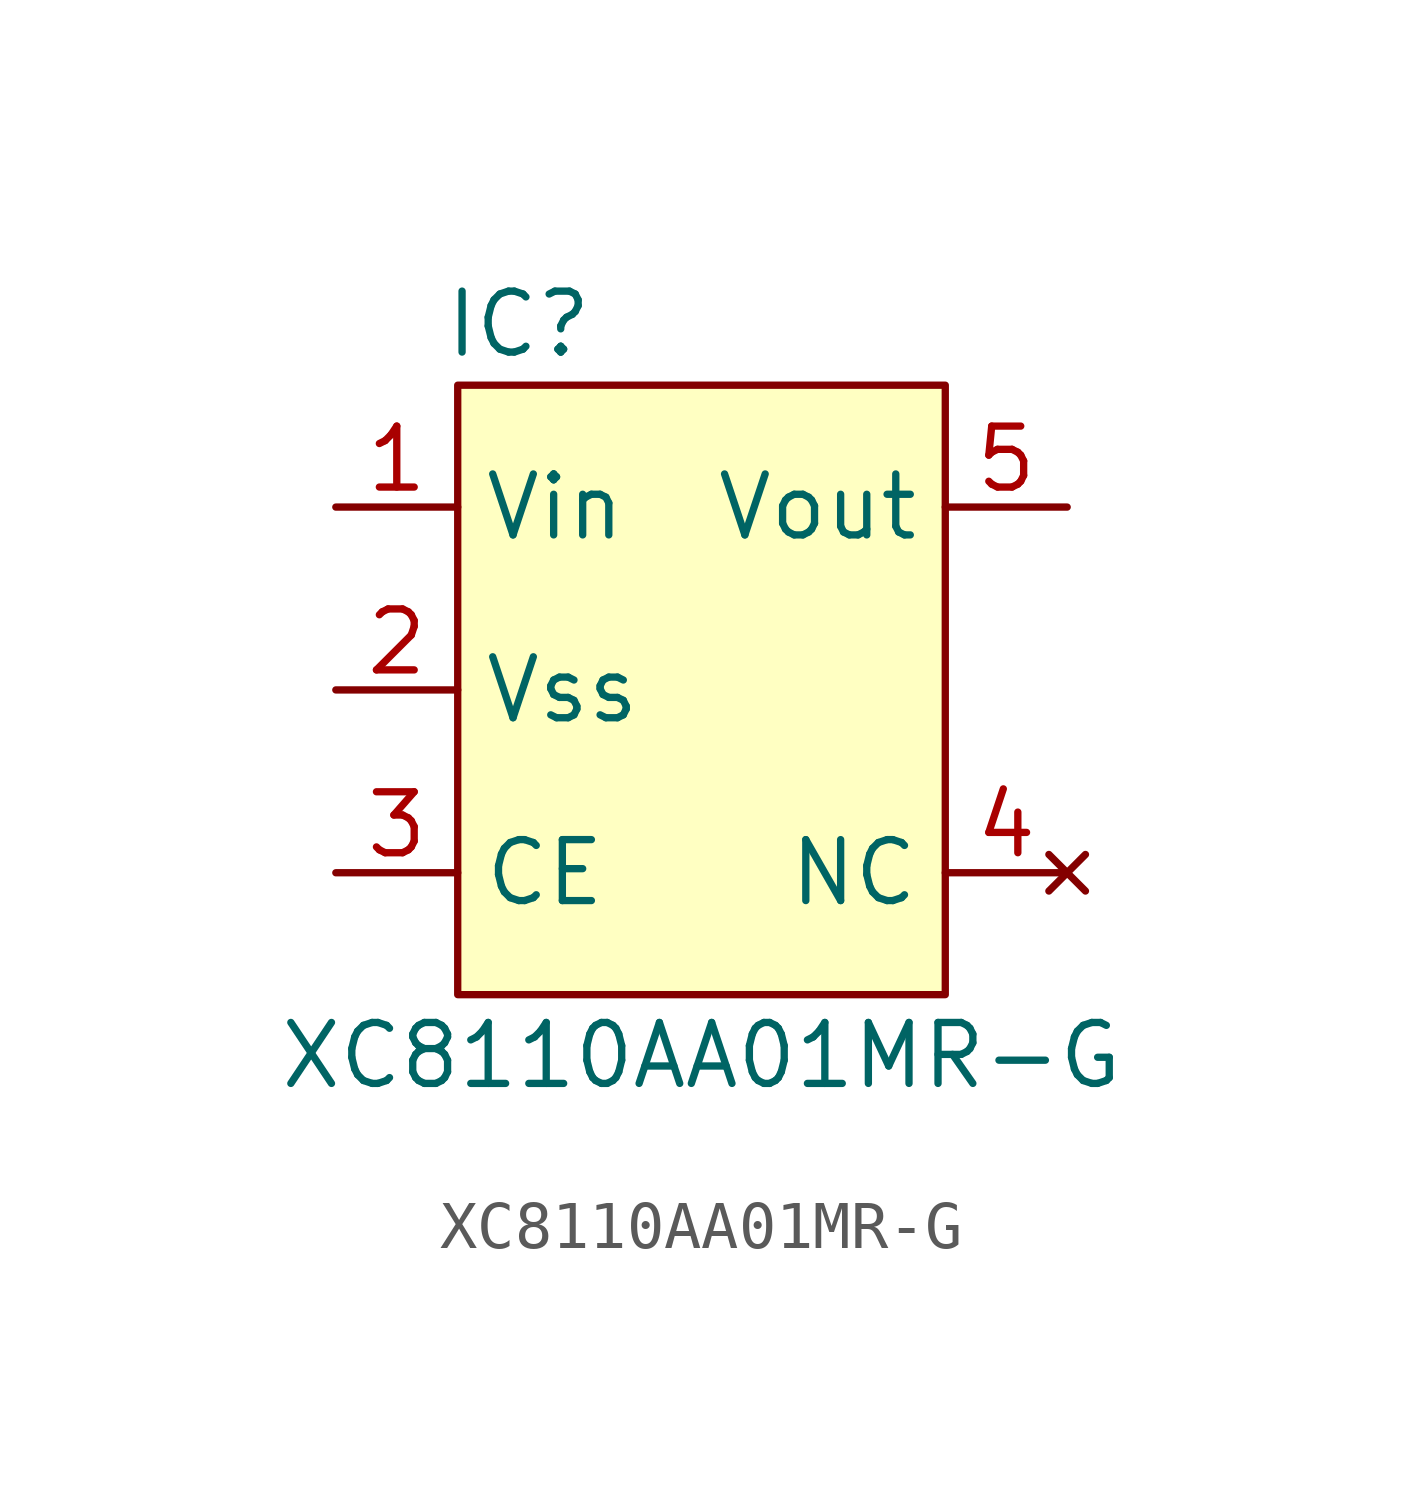
<source format=kicad_sym>
(kicad_symbol_lib
  (version 20211014)
  (generator kicad_symbol_editor)
  (symbol "XC8110AA01MR-G"
    (property "Reference" "IC"
      (at -3.81 7.62 0)
      (effects (font (size 1.27 1.27))))
    (property "Value" "XC8110AA01MR-G"
      (at 0 -7.62 0)
      (effects (font (size 1.27 1.27))))
    (property "Field4" ""
      (at 0 0 0)
      (effects (font (size 1.27 1.27))))
    (symbol "XC8110AA01MR-G_0_1"
      (rectangle (start -5.08 6.35) (end 5.08 -6.35) (stroke (width 0) (type default) (color 0 0 0 0)) (fill (type background))))
    (symbol "XC8110AA01MR-G_1_1"
      (pin power_in line (at -7.62 3.81 0) (length 2.54) (name "Vin" (effects (font (size 1.27 1.27)))) (number "1" (effects (font (size 1.27 1.27)))))
      (pin power_in line (at -7.62 0 0) (length 2.54) (name "Vss" (effects (font (size 1.27 1.27)))) (number "2" (effects (font (size 1.27 1.27)))))
      (pin input line (at -7.62 -3.81 0) (length 2.54) (name "CE" (effects (font (size 1.27 1.27)))) (number "3" (effects (font (size 1.27 1.27)))))
      (pin no_connect line (at 7.62 -3.81 180) (length 2.54) (name "NC" (effects (font (size 1.27 1.27)))) (number "4" (effects (font (size 1.27 1.27)))))
      (pin power_out line (at 7.62 3.81 180) (length 2.54) (name "Vout" (effects (font (size 1.27 1.27)))) (number "5" (effects (font (size 1.27 1.27))))))))
</source>
